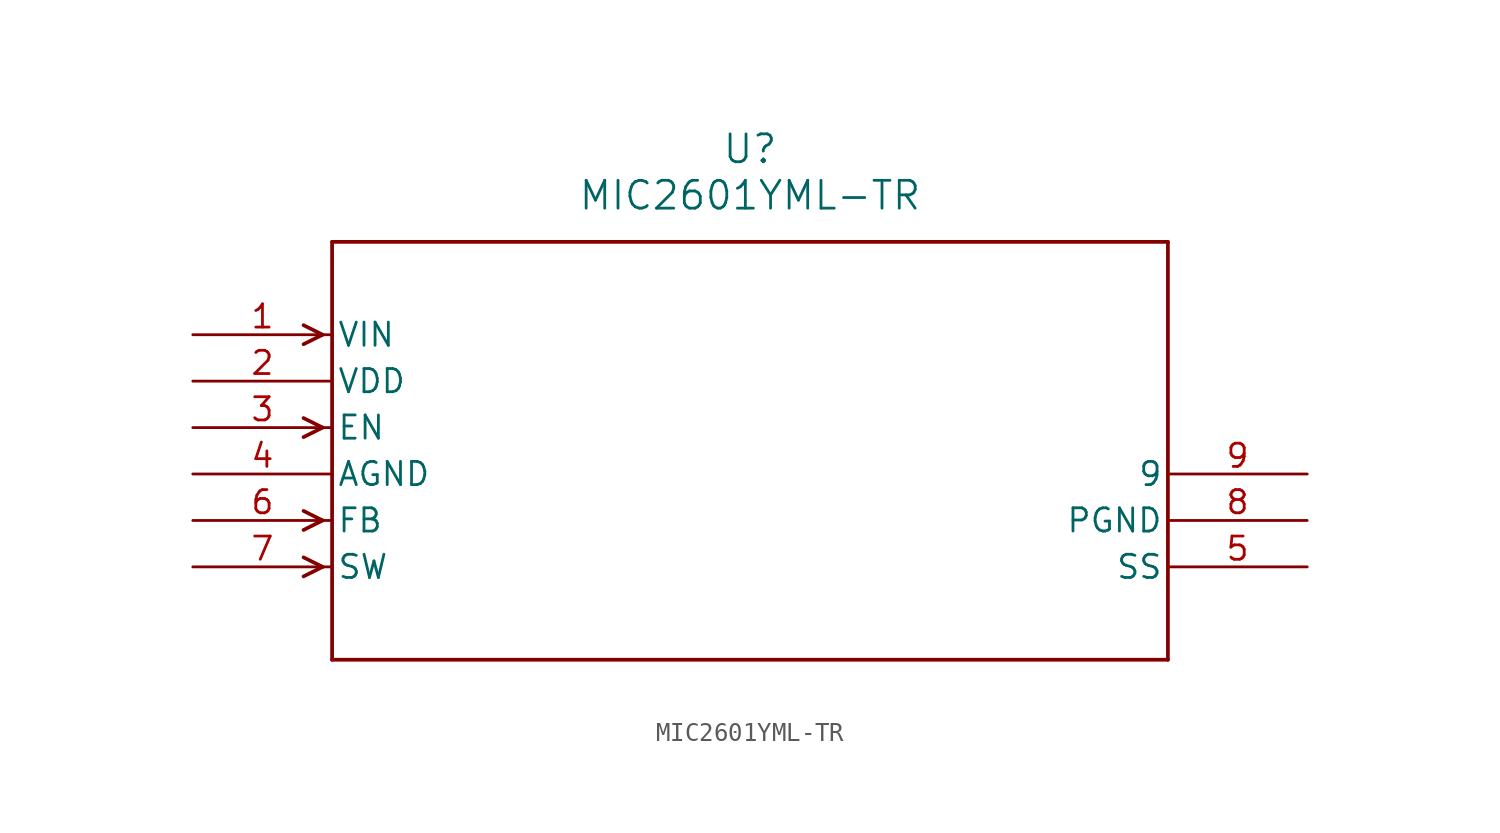
<source format=kicad_sym>
(kicad_symbol_lib
  (version 20211014)
  (generator kicad_symbol_editor)
  (symbol "MIC2601YML-TR"
    (pin_names
      (offset 0.254))
    (property "Reference" "U"
      (at 30.48 10.16 0)
      (effects (font (size 1.524 1.524))))
    (property "Value" "MIC2601YML-TR"
      (at 30.48 7.62 0)
      (effects (font (size 1.524 1.524))))
    (symbol "MIC2601YML-TR_0_1"
      (polyline (pts (xy 7.099 0) (xy 6.058 0.521)) (stroke (width 0.203) (type default) (color 0 0 0 0)) (fill (type none)))
      (polyline (pts (xy 7.099 0) (xy 6.058 -0.521)) (stroke (width 0.203) (type default) (color 0 0 0 0)) (fill (type none)))
      (polyline (pts (xy 7.099 -5.08) (xy 6.058 -4.559)) (stroke (width 0.203) (type default) (color 0 0 0 0)) (fill (type none)))
      (polyline (pts (xy 7.099 -5.08) (xy 6.058 -5.601)) (stroke (width 0.203) (type default) (color 0 0 0 0)) (fill (type none)))
      (polyline (pts (xy 7.099 -10.16) (xy 6.058 -9.639)) (stroke (width 0.203) (type default) (color 0 0 0 0)) (fill (type none)))
      (polyline (pts (xy 7.099 -10.16) (xy 6.058 -10.681)) (stroke (width 0.203) (type default) (color 0 0 0 0)) (fill (type none)))
      (polyline (pts (xy 7.099 -12.7) (xy 6.058 -12.179)) (stroke (width 0.203) (type default) (color 0 0 0 0)) (fill (type none)))
      (polyline (pts (xy 7.099 -12.7) (xy 6.058 -13.221)) (stroke (width 0.203) (type default) (color 0 0 0 0)) (fill (type none)))
      (polyline (pts (xy 7.62 5.08) (xy 7.62 -17.78)) (stroke (width 0.203) (type default) (color 0 0 0 0)) (fill (type none)))
      (polyline (pts (xy 7.62 -17.78) (xy 53.34 -17.78)) (stroke (width 0.203) (type default) (color 0 0 0 0)) (fill (type none)))
      (polyline (pts (xy 53.34 -17.78) (xy 53.34 5.08)) (stroke (width 0.203) (type default) (color 0 0 0 0)) (fill (type none)))
      (polyline (pts (xy 53.34 5.08) (xy 7.62 5.08)) (stroke (width 0.203) (type default) (color 0 0 0 0)) (fill (type none)))
      (pin input line (at 0 0 0) (length 7.62) (name "VIN" (effects (font (size 1.27 1.27)))) (number "1" (effects (font (size 1.27 1.27)))))
      (pin power_in line (at 0 -2.54 0) (length 7.62) (name "VDD" (effects (font (size 1.27 1.27)))) (number "2" (effects (font (size 1.27 1.27)))))
      (pin input line (at 0 -5.08 0) (length 7.62) (name "EN" (effects (font (size 1.27 1.27)))) (number "3" (effects (font (size 1.27 1.27)))))
      (pin power_in line (at 0 -7.62 0) (length 7.62) (name "AGND" (effects (font (size 1.27 1.27)))) (number "4" (effects (font (size 1.27 1.27)))))
      (pin unspecified line (at 60.96 -12.7 180) (length 7.62) (name "SS" (effects (font (size 1.27 1.27)))) (number "5" (effects (font (size 1.27 1.27)))))
      (pin input line (at 0 -10.16 0) (length 7.62) (name "FB" (effects (font (size 1.27 1.27)))) (number "6" (effects (font (size 1.27 1.27)))))
      (pin input line (at 0 -12.7 0) (length 7.62) (name "SW" (effects (font (size 1.27 1.27)))) (number "7" (effects (font (size 1.27 1.27)))))
      (pin power_in line (at 60.96 -10.16 180) (length 7.62) (name "PGND" (effects (font (size 1.27 1.27)))) (number "8" (effects (font (size 1.27 1.27)))))
      (pin unspecified line (at 60.96 -7.62 180) (length 7.62) (name "9" (effects (font (size 1.27 1.27)))) (number "9" (effects (font (size 1.27 1.27))))))))
</source>
